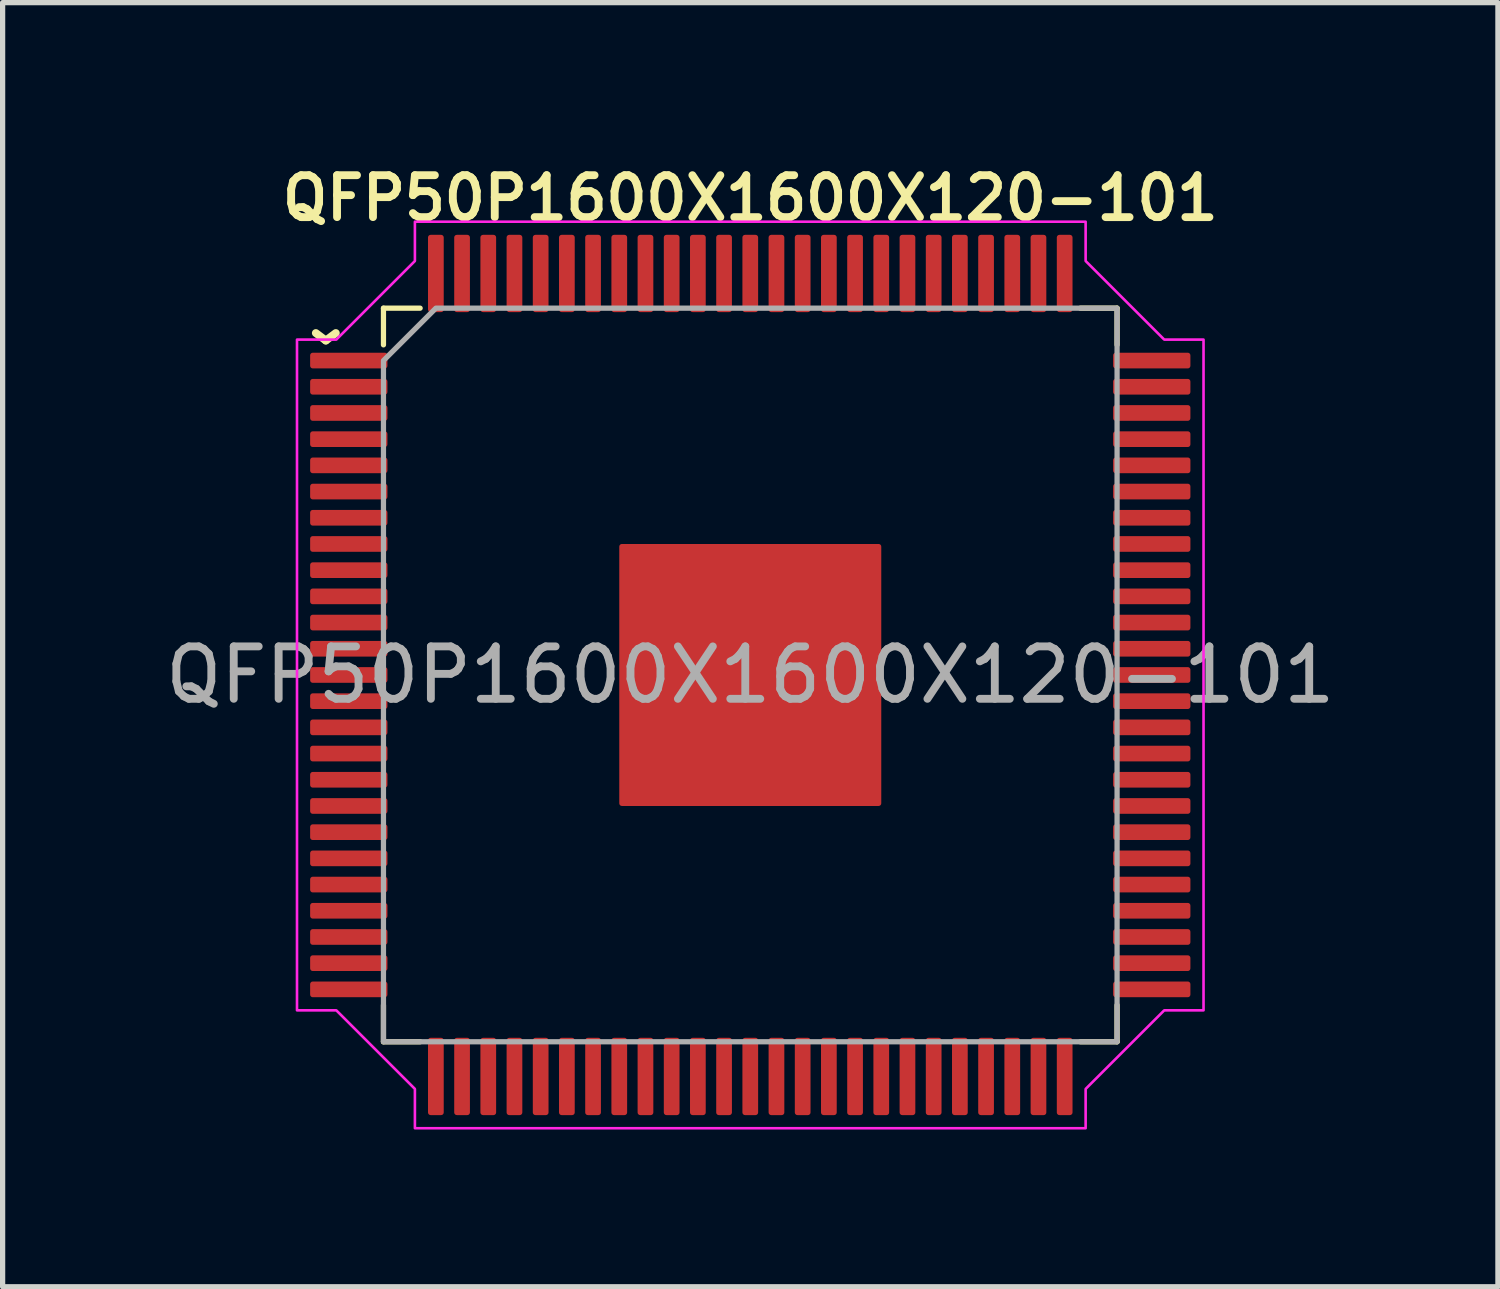
<source format=kicad_pcb>
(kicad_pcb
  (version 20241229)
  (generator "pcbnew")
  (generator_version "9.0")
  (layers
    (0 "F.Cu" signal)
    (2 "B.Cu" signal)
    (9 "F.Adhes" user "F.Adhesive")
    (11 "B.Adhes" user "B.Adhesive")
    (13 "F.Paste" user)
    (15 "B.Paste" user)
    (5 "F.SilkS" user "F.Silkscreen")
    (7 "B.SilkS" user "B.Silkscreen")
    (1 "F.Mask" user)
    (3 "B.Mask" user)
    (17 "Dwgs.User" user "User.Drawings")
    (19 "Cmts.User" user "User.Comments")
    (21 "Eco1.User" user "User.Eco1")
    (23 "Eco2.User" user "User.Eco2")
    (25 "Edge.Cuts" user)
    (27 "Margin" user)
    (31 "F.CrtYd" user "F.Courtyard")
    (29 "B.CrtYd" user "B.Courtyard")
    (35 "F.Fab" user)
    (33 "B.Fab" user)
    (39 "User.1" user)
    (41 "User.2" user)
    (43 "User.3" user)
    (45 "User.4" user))
  (footprint "QFP50P1600X1600X120-101"
    (layer "F.Cu")
    (at 11.268 9.831)
    (property "Reference" "QFP50P1600X1600X120-101" (at 0 -9.1 0) (layer "F.SilkS") (effects (font (size 0.8 0.8) (thickness 0.15))))
    (attr smd)
    (fp_line (start -7 -7) (end -7 -6.3) (stroke (width 0.1) (type solid)) (layer "F.SilkS"))
    (fp_line (start -7 6.3) (end -7 7) (stroke (width 0.1) (type solid)) (layer "F.SilkS"))
    (fp_line (start -7 7) (end -6.3 7) (stroke (width 0.1) (type solid)) (layer "F.SilkS"))
    (fp_line (start -6.3 -7) (end -7 -7) (stroke (width 0.1) (type solid)) (layer "F.SilkS"))
    (fp_line (start 6.3 7) (end 7 7) (stroke (width 0.1) (type solid)) (layer "F.SilkS"))
    (fp_line (start 7 -7) (end 6.3 -7) (stroke (width 0.1) (type solid)) (layer "F.SilkS"))
    (fp_line (start 7 -6.3) (end 7 -7) (stroke (width 0.1) (type solid)) (layer "F.SilkS"))
    (fp_line (start 7 7) (end 7 6.3) (stroke (width 0.1) (type solid)) (layer "F.SilkS"))
    (fp_poly (pts (xy 8.65 6.4) (xy 7.9 6.4) (xy 6.4 7.9) (xy 6.4 8.65) (xy -6.4 8.65) (xy -6.4 7.9) (xy -7.9 6.4) (xy -8.65 6.4) (xy -8.65 -6.4) (xy -7.9 -6.4) (xy -6.4 -7.9) (xy -6.4 -8.65) (xy 6.4 -8.65) (xy 6.4 -7.9) (xy 7.9 -6.4) (xy 8.65 -6.4)) (stroke (width 0.05) (type solid)) (fill no) (layer "F.CrtYd"))
    (fp_poly (pts (xy 7 -7) (xy -6 -7) (xy -7 -6) (xy -7 7) (xy 7 7)) (stroke (width 0.1) (type solid)) (fill no) (layer "F.Fab"))
    (fp_text user "^" (at -8.1 -6.975 180) (unlocked yes) (layer "F.SilkS") (effects (font (size 1 1) (thickness 0.15))))
    (fp_text user "${REFERENCE}" (at 0 0 0) (layer "F.Fab") (effects (font (size 1 1) (thickness 0.15))))
    (pad "" smd roundrect (at -1.875 -1.875) (size 1.01 1.01) (layers "F.Paste") (roundrect_rratio 0.248))
    (pad "" smd roundrect (at -1.875 -0.625) (size 1.01 1.01) (layers "F.Paste") (roundrect_rratio 0.248))
    (pad "" smd roundrect (at -1.875 0.625) (size 1.01 1.01) (layers "F.Paste") (roundrect_rratio 0.248))
    (pad "" smd roundrect (at -1.875 1.875) (size 1.01 1.01) (layers "F.Paste") (roundrect_rratio 0.248))
    (pad "" smd roundrect (at -0.625 -1.875) (size 1.01 1.01) (layers "F.Paste") (roundrect_rratio 0.248))
    (pad "" smd roundrect (at -0.625 -0.625) (size 1.01 1.01) (layers "F.Paste") (roundrect_rratio 0.248))
    (pad "" smd roundrect (at -0.625 0.625) (size 1.01 1.01) (layers "F.Paste") (roundrect_rratio 0.248))
    (pad "" smd roundrect (at -0.625 1.875) (size 1.01 1.01) (layers "F.Paste") (roundrect_rratio 0.248))
    (pad "" smd roundrect (at 0.625 -1.875) (size 1.01 1.01) (layers "F.Paste") (roundrect_rratio 0.248))
    (pad "" smd roundrect (at 0.625 -0.625) (size 1.01 1.01) (layers "F.Paste") (roundrect_rratio 0.248))
    (pad "" smd roundrect (at 0.625 0.625) (size 1.01 1.01) (layers "F.Paste") (roundrect_rratio 0.248))
    (pad "" smd roundrect (at 0.625 1.875) (size 1.01 1.01) (layers "F.Paste") (roundrect_rratio 0.248))
    (pad "" smd roundrect (at 1.875 -1.875) (size 1.01 1.01) (layers "F.Paste") (roundrect_rratio 0.248))
    (pad "" smd roundrect (at 1.875 -0.625) (size 1.01 1.01) (layers "F.Paste") (roundrect_rratio 0.248))
    (pad "" smd roundrect (at 1.875 0.625) (size 1.01 1.01) (layers "F.Paste") (roundrect_rratio 0.248))
    (pad "" smd roundrect (at 1.875 1.875) (size 1.01 1.01) (layers "F.Paste") (roundrect_rratio 0.248))
    (pad "1" smd roundrect (at -7.662 -6) (size 1.475 0.3) (layers "F.Cu" "F.Mask" "F.Paste") (roundrect_rratio 0.167))
    (pad "2" smd roundrect (at -7.662 -5.5) (size 1.475 0.3) (layers "F.Cu" "F.Mask" "F.Paste") (roundrect_rratio 0.167))
    (pad "3" smd roundrect (at -7.662 -5) (size 1.475 0.3) (layers "F.Cu" "F.Mask" "F.Paste") (roundrect_rratio 0.167))
    (pad "4" smd roundrect (at -7.662 -4.5) (size 1.475 0.3) (layers "F.Cu" "F.Mask" "F.Paste") (roundrect_rratio 0.167))
    (pad "5" smd roundrect (at -7.662 -4) (size 1.475 0.3) (layers "F.Cu" "F.Mask" "F.Paste") (roundrect_rratio 0.167))
    (pad "6" smd roundrect (at -7.662 -3.5) (size 1.475 0.3) (layers "F.Cu" "F.Mask" "F.Paste") (roundrect_rratio 0.167))
    (pad "7" smd roundrect (at -7.662 -3) (size 1.475 0.3) (layers "F.Cu" "F.Mask" "F.Paste") (roundrect_rratio 0.167))
    (pad "8" smd roundrect (at -7.662 -2.5) (size 1.475 0.3) (layers "F.Cu" "F.Mask" "F.Paste") (roundrect_rratio 0.167))
    (pad "9" smd roundrect (at -7.662 -2) (size 1.475 0.3) (layers "F.Cu" "F.Mask" "F.Paste") (roundrect_rratio 0.167))
    (pad "10" smd roundrect (at -7.662 -1.5) (size 1.475 0.3) (layers "F.Cu" "F.Mask" "F.Paste") (roundrect_rratio 0.167))
    (pad "11" smd roundrect (at -7.662 -1) (size 1.475 0.3) (layers "F.Cu" "F.Mask" "F.Paste") (roundrect_rratio 0.167))
    (pad "12" smd roundrect (at -7.662 -0.5) (size 1.475 0.3) (layers "F.Cu" "F.Mask" "F.Paste") (roundrect_rratio 0.167))
    (pad "13" smd roundrect (at -7.662 0) (size 1.475 0.3) (layers "F.Cu" "F.Mask" "F.Paste") (roundrect_rratio 0.167))
    (pad "14" smd roundrect (at -7.662 0.5) (size 1.475 0.3) (layers "F.Cu" "F.Mask" "F.Paste") (roundrect_rratio 0.167))
    (pad "15" smd roundrect (at -7.662 1) (size 1.475 0.3) (layers "F.Cu" "F.Mask" "F.Paste") (roundrect_rratio 0.167))
    (pad "16" smd roundrect (at -7.662 1.5) (size 1.475 0.3) (layers "F.Cu" "F.Mask" "F.Paste") (roundrect_rratio 0.167))
    (pad "17" smd roundrect (at -7.662 2) (size 1.475 0.3) (layers "F.Cu" "F.Mask" "F.Paste") (roundrect_rratio 0.167))
    (pad "18" smd roundrect (at -7.662 2.5) (size 1.475 0.3) (layers "F.Cu" "F.Mask" "F.Paste") (roundrect_rratio 0.167))
    (pad "19" smd roundrect (at -7.662 3) (size 1.475 0.3) (layers "F.Cu" "F.Mask" "F.Paste") (roundrect_rratio 0.167))
    (pad "20" smd roundrect (at -7.662 3.5) (size 1.475 0.3) (layers "F.Cu" "F.Mask" "F.Paste") (roundrect_rratio 0.167))
    (pad "21" smd roundrect (at -7.662 4) (size 1.475 0.3) (layers "F.Cu" "F.Mask" "F.Paste") (roundrect_rratio 0.167))
    (pad "22" smd roundrect (at -7.662 4.5) (size 1.475 0.3) (layers "F.Cu" "F.Mask" "F.Paste") (roundrect_rratio 0.167))
    (pad "23" smd roundrect (at -7.662 5) (size 1.475 0.3) (layers "F.Cu" "F.Mask" "F.Paste") (roundrect_rratio 0.167))
    (pad "24" smd roundrect (at -7.662 5.5) (size 1.475 0.3) (layers "F.Cu" "F.Mask" "F.Paste") (roundrect_rratio 0.167))
    (pad "25" smd roundrect (at -7.662 6) (size 1.475 0.3) (layers "F.Cu" "F.Mask" "F.Paste") (roundrect_rratio 0.167))
    (pad "26" smd roundrect (at -6 7.662) (size 0.3 1.475) (layers "F.Cu" "F.Mask" "F.Paste") (roundrect_rratio 0.167))
    (pad "27" smd roundrect (at -5.5 7.662) (size 0.3 1.475) (layers "F.Cu" "F.Mask" "F.Paste") (roundrect_rratio 0.167))
    (pad "28" smd roundrect (at -5 7.662) (size 0.3 1.475) (layers "F.Cu" "F.Mask" "F.Paste") (roundrect_rratio 0.167))
    (pad "29" smd roundrect (at -4.5 7.662) (size 0.3 1.475) (layers "F.Cu" "F.Mask" "F.Paste") (roundrect_rratio 0.167))
    (pad "30" smd roundrect (at -4 7.662) (size 0.3 1.475) (layers "F.Cu" "F.Mask" "F.Paste") (roundrect_rratio 0.167))
    (pad "31" smd roundrect (at -3.5 7.662) (size 0.3 1.475) (layers "F.Cu" "F.Mask" "F.Paste") (roundrect_rratio 0.167))
    (pad "32" smd roundrect (at -3 7.662) (size 0.3 1.475) (layers "F.Cu" "F.Mask" "F.Paste") (roundrect_rratio 0.167))
    (pad "33" smd roundrect (at -2.5 7.662) (size 0.3 1.475) (layers "F.Cu" "F.Mask" "F.Paste") (roundrect_rratio 0.167))
    (pad "34" smd roundrect (at -2 7.662) (size 0.3 1.475) (layers "F.Cu" "F.Mask" "F.Paste") (roundrect_rratio 0.167))
    (pad "35" smd roundrect (at -1.5 7.662) (size 0.3 1.475) (layers "F.Cu" "F.Mask" "F.Paste") (roundrect_rratio 0.167))
    (pad "36" smd roundrect (at -1 7.662) (size 0.3 1.475) (layers "F.Cu" "F.Mask" "F.Paste") (roundrect_rratio 0.167))
    (pad "37" smd roundrect (at -0.5 7.662) (size 0.3 1.475) (layers "F.Cu" "F.Mask" "F.Paste") (roundrect_rratio 0.167))
    (pad "38" smd roundrect (at 0 7.662) (size 0.3 1.475) (layers "F.Cu" "F.Mask" "F.Paste") (roundrect_rratio 0.167))
    (pad "39" smd roundrect (at 0.5 7.662) (size 0.3 1.475) (layers "F.Cu" "F.Mask" "F.Paste") (roundrect_rratio 0.167))
    (pad "40" smd roundrect (at 1 7.662) (size 0.3 1.475) (layers "F.Cu" "F.Mask" "F.Paste") (roundrect_rratio 0.167))
    (pad "41" smd roundrect (at 1.5 7.662) (size 0.3 1.475) (layers "F.Cu" "F.Mask" "F.Paste") (roundrect_rratio 0.167))
    (pad "42" smd roundrect (at 2 7.662) (size 0.3 1.475) (layers "F.Cu" "F.Mask" "F.Paste") (roundrect_rratio 0.167))
    (pad "43" smd roundrect (at 2.5 7.662) (size 0.3 1.475) (layers "F.Cu" "F.Mask" "F.Paste") (roundrect_rratio 0.167))
    (pad "44" smd roundrect (at 3 7.662) (size 0.3 1.475) (layers "F.Cu" "F.Mask" "F.Paste") (roundrect_rratio 0.167))
    (pad "45" smd roundrect (at 3.5 7.662) (size 0.3 1.475) (layers "F.Cu" "F.Mask" "F.Paste") (roundrect_rratio 0.167))
    (pad "46" smd roundrect (at 4 7.662) (size 0.3 1.475) (layers "F.Cu" "F.Mask" "F.Paste") (roundrect_rratio 0.167))
    (pad "47" smd roundrect (at 4.5 7.662) (size 0.3 1.475) (layers "F.Cu" "F.Mask" "F.Paste") (roundrect_rratio 0.167))
    (pad "48" smd roundrect (at 5 7.662) (size 0.3 1.475) (layers "F.Cu" "F.Mask" "F.Paste") (roundrect_rratio 0.167))
    (pad "49" smd roundrect (at 5.5 7.662) (size 0.3 1.475) (layers "F.Cu" "F.Mask" "F.Paste") (roundrect_rratio 0.167))
    (pad "50" smd roundrect (at 6 7.662) (size 0.3 1.475) (layers "F.Cu" "F.Mask" "F.Paste") (roundrect_rratio 0.167))
    (pad "51" smd roundrect (at 7.662 6) (size 1.475 0.3) (layers "F.Cu" "F.Mask" "F.Paste") (roundrect_rratio 0.167))
    (pad "52" smd roundrect (at 7.662 5.5) (size 1.475 0.3) (layers "F.Cu" "F.Mask" "F.Paste") (roundrect_rratio 0.167))
    (pad "53" smd roundrect (at 7.662 5) (size 1.475 0.3) (layers "F.Cu" "F.Mask" "F.Paste") (roundrect_rratio 0.167))
    (pad "54" smd roundrect (at 7.662 4.5) (size 1.475 0.3) (layers "F.Cu" "F.Mask" "F.Paste") (roundrect_rratio 0.167))
    (pad "55" smd roundrect (at 7.662 4) (size 1.475 0.3) (layers "F.Cu" "F.Mask" "F.Paste") (roundrect_rratio 0.167))
    (pad "56" smd roundrect (at 7.662 3.5) (size 1.475 0.3) (layers "F.Cu" "F.Mask" "F.Paste") (roundrect_rratio 0.167))
    (pad "57" smd roundrect (at 7.662 3) (size 1.475 0.3) (layers "F.Cu" "F.Mask" "F.Paste") (roundrect_rratio 0.167))
    (pad "58" smd roundrect (at 7.662 2.5) (size 1.475 0.3) (layers "F.Cu" "F.Mask" "F.Paste") (roundrect_rratio 0.167))
    (pad "59" smd roundrect (at 7.662 2) (size 1.475 0.3) (layers "F.Cu" "F.Mask" "F.Paste") (roundrect_rratio 0.167))
    (pad "60" smd roundrect (at 7.662 1.5) (size 1.475 0.3) (layers "F.Cu" "F.Mask" "F.Paste") (roundrect_rratio 0.167))
    (pad "61" smd roundrect (at 7.662 1) (size 1.475 0.3) (layers "F.Cu" "F.Mask" "F.Paste") (roundrect_rratio 0.167))
    (pad "62" smd roundrect (at 7.662 0.5) (size 1.475 0.3) (layers "F.Cu" "F.Mask" "F.Paste") (roundrect_rratio 0.167))
    (pad "63" smd roundrect (at 7.662 0) (size 1.475 0.3) (layers "F.Cu" "F.Mask" "F.Paste") (roundrect_rratio 0.167))
    (pad "64" smd roundrect (at 7.662 -0.5) (size 1.475 0.3) (layers "F.Cu" "F.Mask" "F.Paste") (roundrect_rratio 0.167))
    (pad "65" smd roundrect (at 7.662 -1) (size 1.475 0.3) (layers "F.Cu" "F.Mask" "F.Paste") (roundrect_rratio 0.167))
    (pad "66" smd roundrect (at 7.662 -1.5) (size 1.475 0.3) (layers "F.Cu" "F.Mask" "F.Paste") (roundrect_rratio 0.167))
    (pad "67" smd roundrect (at 7.662 -2) (size 1.475 0.3) (layers "F.Cu" "F.Mask" "F.Paste") (roundrect_rratio 0.167))
    (pad "68" smd roundrect (at 7.662 -2.5) (size 1.475 0.3) (layers "F.Cu" "F.Mask" "F.Paste") (roundrect_rratio 0.167))
    (pad "69" smd roundrect (at 7.662 -3) (size 1.475 0.3) (layers "F.Cu" "F.Mask" "F.Paste") (roundrect_rratio 0.167))
    (pad "70" smd roundrect (at 7.662 -3.5) (size 1.475 0.3) (layers "F.Cu" "F.Mask" "F.Paste") (roundrect_rratio 0.167))
    (pad "71" smd roundrect (at 7.662 -4) (size 1.475 0.3) (layers "F.Cu" "F.Mask" "F.Paste") (roundrect_rratio 0.167))
    (pad "72" smd roundrect (at 7.662 -4.5) (size 1.475 0.3) (layers "F.Cu" "F.Mask" "F.Paste") (roundrect_rratio 0.167))
    (pad "73" smd roundrect (at 7.662 -5) (size 1.475 0.3) (layers "F.Cu" "F.Mask" "F.Paste") (roundrect_rratio 0.167))
    (pad "74" smd roundrect (at 7.662 -5.5) (size 1.475 0.3) (layers "F.Cu" "F.Mask" "F.Paste") (roundrect_rratio 0.167))
    (pad "75" smd roundrect (at 7.662 -6) (size 1.475 0.3) (layers "F.Cu" "F.Mask" "F.Paste") (roundrect_rratio 0.167))
    (pad "76" smd roundrect (at 6 -7.662) (size 0.3 1.475) (layers "F.Cu" "F.Mask" "F.Paste") (roundrect_rratio 0.167))
    (pad "77" smd roundrect (at 5.5 -7.662) (size 0.3 1.475) (layers "F.Cu" "F.Mask" "F.Paste") (roundrect_rratio 0.167))
    (pad "78" smd roundrect (at 5 -7.662) (size 0.3 1.475) (layers "F.Cu" "F.Mask" "F.Paste") (roundrect_rratio 0.167))
    (pad "79" smd roundrect (at 4.5 -7.662) (size 0.3 1.475) (layers "F.Cu" "F.Mask" "F.Paste") (roundrect_rratio 0.167))
    (pad "80" smd roundrect (at 4 -7.662) (size 0.3 1.475) (layers "F.Cu" "F.Mask" "F.Paste") (roundrect_rratio 0.167))
    (pad "81" smd roundrect (at 3.5 -7.662) (size 0.3 1.475) (layers "F.Cu" "F.Mask" "F.Paste") (roundrect_rratio 0.167))
    (pad "82" smd roundrect (at 3 -7.662) (size 0.3 1.475) (layers "F.Cu" "F.Mask" "F.Paste") (roundrect_rratio 0.167))
    (pad "83" smd roundrect (at 2.5 -7.662) (size 0.3 1.475) (layers "F.Cu" "F.Mask" "F.Paste") (roundrect_rratio 0.167))
    (pad "84" smd roundrect (at 2 -7.662) (size 0.3 1.475) (layers "F.Cu" "F.Mask" "F.Paste") (roundrect_rratio 0.167))
    (pad "85" smd roundrect (at 1.5 -7.662) (size 0.3 1.475) (layers "F.Cu" "F.Mask" "F.Paste") (roundrect_rratio 0.167))
    (pad "86" smd roundrect (at 1 -7.662) (size 0.3 1.475) (layers "F.Cu" "F.Mask" "F.Paste") (roundrect_rratio 0.167))
    (pad "87" smd roundrect (at 0.5 -7.662) (size 0.3 1.475) (layers "F.Cu" "F.Mask" "F.Paste") (roundrect_rratio 0.167))
    (pad "88" smd roundrect (at 0 -7.662) (size 0.3 1.475) (layers "F.Cu" "F.Mask" "F.Paste") (roundrect_rratio 0.167))
    (pad "89" smd roundrect (at -0.5 -7.662) (size 0.3 1.475) (layers "F.Cu" "F.Mask" "F.Paste") (roundrect_rratio 0.167))
    (pad "90" smd roundrect (at -1 -7.662) (size 0.3 1.475) (layers "F.Cu" "F.Mask" "F.Paste") (roundrect_rratio 0.167))
    (pad "91" smd roundrect (at -1.5 -7.662) (size 0.3 1.475) (layers "F.Cu" "F.Mask" "F.Paste") (roundrect_rratio 0.167))
    (pad "92" smd roundrect (at -2 -7.662) (size 0.3 1.475) (layers "F.Cu" "F.Mask" "F.Paste") (roundrect_rratio 0.167))
    (pad "93" smd roundrect (at -2.5 -7.662) (size 0.3 1.475) (layers "F.Cu" "F.Mask" "F.Paste") (roundrect_rratio 0.167))
    (pad "94" smd roundrect (at -3 -7.662) (size 0.3 1.475) (layers "F.Cu" "F.Mask" "F.Paste") (roundrect_rratio 0.167))
    (pad "95" smd roundrect (at -3.5 -7.662) (size 0.3 1.475) (layers "F.Cu" "F.Mask" "F.Paste") (roundrect_rratio 0.167))
    (pad "96" smd roundrect (at -4 -7.662) (size 0.3 1.475) (layers "F.Cu" "F.Mask" "F.Paste") (roundrect_rratio 0.167))
    (pad "97" smd roundrect (at -4.5 -7.662) (size 0.3 1.475) (layers "F.Cu" "F.Mask" "F.Paste") (roundrect_rratio 0.167))
    (pad "98" smd roundrect (at -5 -7.662) (size 0.3 1.475) (layers "F.Cu" "F.Mask" "F.Paste") (roundrect_rratio 0.167))
    (pad "99" smd roundrect (at -5.5 -7.662) (size 0.3 1.475) (layers "F.Cu" "F.Mask" "F.Paste") (roundrect_rratio 0.167))
    (pad "100" smd roundrect (at -6 -7.662) (size 0.3 1.475) (layers "F.Cu" "F.Mask" "F.Paste") (roundrect_rratio 0.167))
    (pad "101" smd roundrect (at 0 0) (size 5 5) (property pad_prop_heatsink) (layers "F.Cu" "F.Mask") (roundrect_rratio 0.01)))
  (gr_rect
    (start -3 -3)
    (end 25.536 21.506)
    (stroke (width 0.1) (type default))
    (fill no)
    (layer "Edge.Cuts")))
</source>
